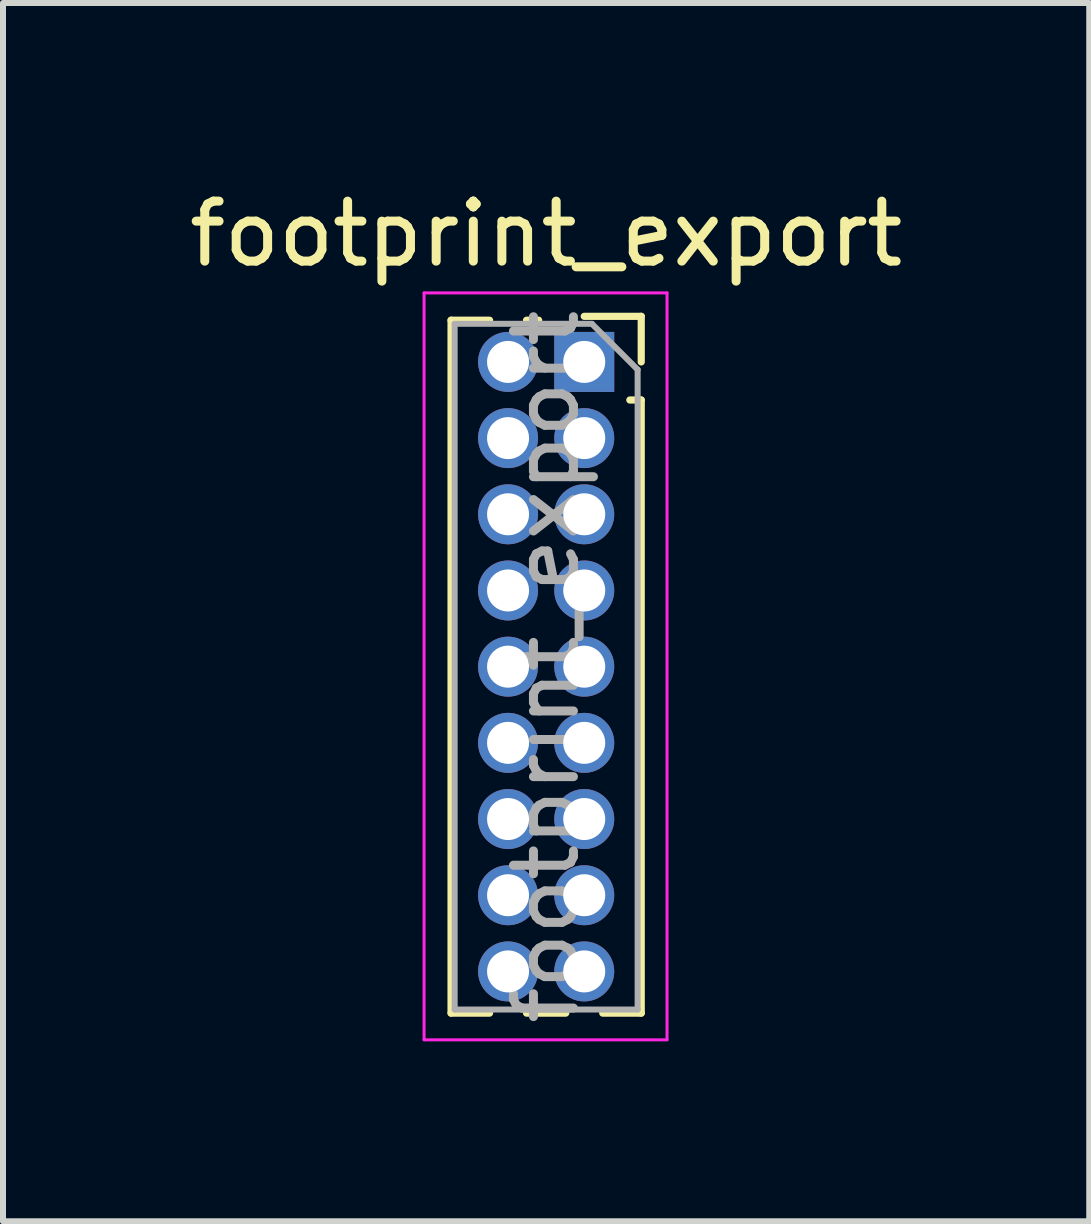
<source format=kicad_pcb>
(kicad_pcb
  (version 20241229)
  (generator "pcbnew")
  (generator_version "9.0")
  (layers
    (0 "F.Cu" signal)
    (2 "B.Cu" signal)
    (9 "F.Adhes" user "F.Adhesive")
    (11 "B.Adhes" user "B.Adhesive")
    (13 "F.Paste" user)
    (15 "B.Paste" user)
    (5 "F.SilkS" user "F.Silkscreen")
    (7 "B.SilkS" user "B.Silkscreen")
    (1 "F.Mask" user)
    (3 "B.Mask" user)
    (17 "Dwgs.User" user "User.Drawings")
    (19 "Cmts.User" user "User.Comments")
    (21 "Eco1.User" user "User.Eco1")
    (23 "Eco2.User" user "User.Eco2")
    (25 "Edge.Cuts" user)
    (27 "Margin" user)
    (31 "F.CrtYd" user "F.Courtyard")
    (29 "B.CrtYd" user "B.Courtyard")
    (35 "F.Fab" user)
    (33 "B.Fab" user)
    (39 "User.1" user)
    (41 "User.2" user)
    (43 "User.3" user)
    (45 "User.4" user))
  (footprint "footprint_export"
    (layer "F.Cu")
    (at 6.689 2.983)
    (property "Reference" "footprint_export" (at -0.635 -2.135 0) (layer "F.SilkS") (effects (font (size 1 1) (thickness 0.15))))
    (attr through_hole)
    (fp_line (start -2.22 -0.695) (end -2.22 10.855) (stroke (width 0.12) (type solid)) (layer "F.SilkS"))
    (fp_line (start -2.22 -0.695) (end -1.578 -0.695) (stroke (width 0.12) (type solid)) (layer "F.SilkS"))
    (fp_line (start -2.22 10.855) (end -1.578 10.855) (stroke (width 0.12) (type solid)) (layer "F.SilkS"))
    (fp_line (start -0.962 -0.695) (end -0.76 -0.695) (stroke (width 0.12) (type solid)) (layer "F.SilkS"))
    (fp_line (start -0.962 10.855) (end -0.308 10.855) (stroke (width 0.12) (type solid)) (layer "F.SilkS"))
    (fp_line (start 0 -0.76) (end 0.95 -0.76) (stroke (width 0.12) (type solid)) (layer "F.SilkS"))
    (fp_line (start 0.308 10.855) (end 0.95 10.855) (stroke (width 0.12) (type solid)) (layer "F.SilkS"))
    (fp_line (start 0.76 0.635) (end 0.95 0.635) (stroke (width 0.12) (type solid)) (layer "F.SilkS"))
    (fp_line (start 0.95 -0.76) (end 0.95 0) (stroke (width 0.12) (type solid)) (layer "F.SilkS"))
    (fp_line (start 0.95 0.635) (end 0.95 10.855) (stroke (width 0.12) (type solid)) (layer "F.SilkS"))
    (fp_line (start -2.67 -1.15) (end 1.38 -1.15) (stroke (width 0.05) (type solid)) (layer "F.CrtYd"))
    (fp_line (start -2.67 11.3) (end -2.67 -1.15) (stroke (width 0.05) (type solid)) (layer "F.CrtYd"))
    (fp_line (start 1.38 -1.15) (end 1.38 11.3) (stroke (width 0.05) (type solid)) (layer "F.CrtYd"))
    (fp_line (start 1.38 11.3) (end -2.67 11.3) (stroke (width 0.05) (type solid)) (layer "F.CrtYd"))
    (fp_line (start -2.16 -0.635) (end 0.128 -0.635) (stroke (width 0.1) (type solid)) (layer "F.Fab"))
    (fp_line (start -2.16 10.795) (end -2.16 -0.635) (stroke (width 0.1) (type solid)) (layer "F.Fab"))
    (fp_line (start 0.128 -0.635) (end 0.89 0.128) (stroke (width 0.1) (type solid)) (layer "F.Fab"))
    (fp_line (start 0.89 0.128) (end 0.89 10.795) (stroke (width 0.1) (type solid)) (layer "F.Fab"))
    (fp_line (start 0.89 10.795) (end -2.16 10.795) (stroke (width 0.1) (type solid)) (layer "F.Fab"))
    (fp_text user "${REFERENCE}" (at -0.635 5.08 90) (layer "F.Fab") (effects (font (size 1 1) (thickness 0.15))))
    (pad "1" thru_hole rect (at 0 0) (size 1 1) (drill 0.7) (layers "*.Cu" "*.Mask"))
    (pad "2" thru_hole oval (at -1.27 0) (size 1 1) (drill 0.7) (layers "*.Cu" "*.Mask"))
    (pad "3" thru_hole oval (at 0 1.27) (size 1 1) (drill 0.7) (layers "*.Cu" "*.Mask"))
    (pad "4" thru_hole oval (at -1.27 1.27) (size 1 1) (drill 0.7) (layers "*.Cu" "*.Mask"))
    (pad "5" thru_hole oval (at 0 2.54) (size 1 1) (drill 0.7) (layers "*.Cu" "*.Mask"))
    (pad "6" thru_hole oval (at -1.27 2.54) (size 1 1) (drill 0.7) (layers "*.Cu" "*.Mask"))
    (pad "7" thru_hole oval (at 0 3.81) (size 1 1) (drill 0.7) (layers "*.Cu" "*.Mask"))
    (pad "8" thru_hole oval (at -1.27 3.81) (size 1 1) (drill 0.7) (layers "*.Cu" "*.Mask"))
    (pad "9" thru_hole oval (at 0 5.08) (size 1 1) (drill 0.7) (layers "*.Cu" "*.Mask"))
    (pad "10" thru_hole oval (at -1.27 5.08) (size 1 1) (drill 0.7) (layers "*.Cu" "*.Mask"))
    (pad "11" thru_hole oval (at 0 6.35) (size 1 1) (drill 0.7) (layers "*.Cu" "*.Mask"))
    (pad "12" thru_hole oval (at -1.27 6.35) (size 1 1) (drill 0.7) (layers "*.Cu" "*.Mask"))
    (pad "13" thru_hole oval (at 0 7.62) (size 1 1) (drill 0.7) (layers "*.Cu" "*.Mask"))
    (pad "14" thru_hole oval (at -1.27 7.62) (size 1 1) (drill 0.7) (layers "*.Cu" "*.Mask"))
    (pad "15" thru_hole oval (at 0 8.89) (size 1 1) (drill 0.7) (layers "*.Cu" "*.Mask"))
    (pad "16" thru_hole oval (at -1.27 8.89) (size 1 1) (drill 0.7) (layers "*.Cu" "*.Mask"))
    (pad "17" thru_hole oval (at 0 10.16) (size 1 1) (drill 0.7) (layers "*.Cu" "*.Mask"))
    (pad "18" thru_hole oval (at -1.27 10.16) (size 1 1) (drill 0.7) (layers "*.Cu" "*.Mask")))
  (gr_rect
    (start -3 -3)
    (end 15.107 17.308)
    (stroke (width 0.1) (type default))
    (fill no)
    (layer "Edge.Cuts")))
</source>
